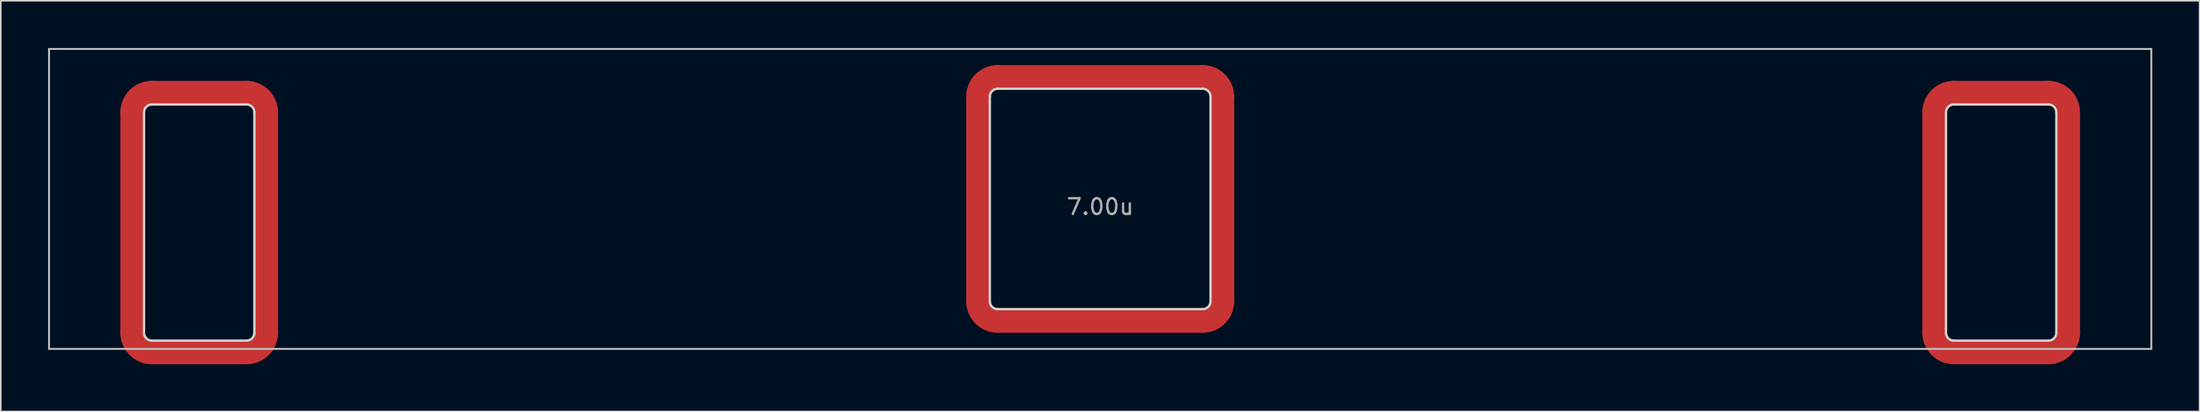
<source format=kicad_pcb>
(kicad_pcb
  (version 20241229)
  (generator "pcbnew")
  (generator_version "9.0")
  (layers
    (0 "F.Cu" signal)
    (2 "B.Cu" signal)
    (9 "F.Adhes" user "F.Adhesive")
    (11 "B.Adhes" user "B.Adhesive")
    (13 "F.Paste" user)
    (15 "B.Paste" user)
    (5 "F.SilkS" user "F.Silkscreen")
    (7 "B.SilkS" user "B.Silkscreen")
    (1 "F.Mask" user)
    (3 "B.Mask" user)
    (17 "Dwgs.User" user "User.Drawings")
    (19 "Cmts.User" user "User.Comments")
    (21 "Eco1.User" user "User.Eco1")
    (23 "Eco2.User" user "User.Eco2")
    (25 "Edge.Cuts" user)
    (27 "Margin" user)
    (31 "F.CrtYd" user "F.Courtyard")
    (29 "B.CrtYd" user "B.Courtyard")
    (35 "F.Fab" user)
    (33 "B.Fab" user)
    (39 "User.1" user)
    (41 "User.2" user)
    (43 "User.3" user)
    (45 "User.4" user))
  (footprint "7.00u"
    (layer "F.Cu")
    (at 66.735 9.585)
    (property "Reference" "7.00u" (at 0 0.5 0) (layer "F.Fab") (effects (font (size 1 1) (thickness 0.15))))
    (attr through_hole)
    (fp_line (start -61.4 8.5) (end -61.4 -5.5) (stroke (width 1.5) (type solid)) (layer "F.Cu"))
    (fp_line (start -60.15 -6.75) (end -54.15 -6.75) (stroke (width 1.5) (type solid)) (layer "F.Cu"))
    (fp_line (start -54.15 9.75) (end -60.15 9.75) (stroke (width 1.5) (type solid)) (layer "F.Cu"))
    (fp_line (start -52.9 -5.5) (end -52.9 8.5) (stroke (width 1.5) (type solid)) (layer "F.Cu"))
    (fp_line (start -7.75 6.5) (end -7.75 -6.5) (stroke (width 1.5) (type solid)) (layer "F.Cu"))
    (fp_line (start -6.5 -7.75) (end 6.5 -7.75) (stroke (width 1.5) (type solid)) (layer "F.Cu"))
    (fp_line (start 6.5 7.75) (end -6.5 7.75) (stroke (width 1.5) (type solid)) (layer "F.Cu"))
    (fp_line (start 7.75 -6.5) (end 7.75 6.5) (stroke (width 1.5) (type solid)) (layer "F.Cu"))
    (fp_line (start 52.9 8.5) (end 52.9 -5.5) (stroke (width 1.5) (type solid)) (layer "F.Cu"))
    (fp_line (start 54.15 -6.75) (end 60.15 -6.75) (stroke (width 1.5) (type solid)) (layer "F.Cu"))
    (fp_line (start 60.15 9.75) (end 54.15 9.75) (stroke (width 1.5) (type solid)) (layer "F.Cu"))
    (fp_line (start 61.4 -5.5) (end 61.4 8.5) (stroke (width 1.5) (type solid)) (layer "F.Cu"))
    (fp_arc (start -61.400002 -5.499999) (mid -61.033885 -6.383883) (end -60.150001 -6.75) (stroke (width 1.5) (type solid)) (layer "F.Cu"))
    (fp_arc (start -60.150001 9.749999) (mid -61.033884 9.383882) (end -61.400001 8.499999) (stroke (width 1.5) (type solid)) (layer "F.Cu"))
    (fp_arc (start -54.150001 -6.75) (mid -53.266118 -6.383883) (end -52.900001 -5.5) (stroke (width 1.5) (type solid)) (layer "F.Cu"))
    (fp_arc (start -52.900001 8.499999) (mid -53.266117 9.383883) (end -54.15 9.75) (stroke (width 1.5) (type solid)) (layer "F.Cu"))
    (fp_arc (start -7.750001 -6.5) (mid -7.383884 -7.383883) (end -6.500001 -7.75) (stroke (width 1.5) (type solid)) (layer "F.Cu"))
    (fp_arc (start -6.500001 7.75) (mid -7.383884 7.383883) (end -7.750001 6.5) (stroke (width 1.5) (type solid)) (layer "F.Cu"))
    (fp_arc (start 6.499998 -7.75) (mid 7.383881 -7.383883) (end 7.749998 -6.5) (stroke (width 1.5) (type solid)) (layer "F.Cu"))
    (fp_arc (start 7.749997 6.5) (mid 7.383881 7.383883) (end 6.499998 7.749999) (stroke (width 1.5) (type solid)) (layer "F.Cu"))
    (fp_arc (start 52.899998 -5.499999) (mid 53.266115 -6.383883) (end 54.149999 -6.75) (stroke (width 1.5) (type solid)) (layer "F.Cu"))
    (fp_arc (start 54.149999 9.749999) (mid 53.266116 9.383882) (end 52.899999 8.499999) (stroke (width 1.5) (type solid)) (layer "F.Cu"))
    (fp_arc (start 60.149999 -6.75) (mid 61.033882 -6.383883) (end 61.399999 -5.5) (stroke (width 1.5) (type solid)) (layer "F.Cu"))
    (fp_arc (start 61.399999 8.499999) (mid 61.033883 9.383883) (end 60.15 9.75) (stroke (width 1.5) (type solid)) (layer "F.Cu"))
    (fp_line (start -61.4 8.5) (end -61.4 -5.5) (stroke (width 1.5) (type solid)) (layer "F.Mask"))
    (fp_line (start -60.15 -6.75) (end -54.15 -6.75) (stroke (width 1.5) (type solid)) (layer "F.Mask"))
    (fp_line (start -54.15 9.75) (end -60.15 9.75) (stroke (width 1.5) (type solid)) (layer "F.Mask"))
    (fp_line (start -52.9 -5.5) (end -52.9 8.5) (stroke (width 1.5) (type solid)) (layer "F.Mask"))
    (fp_line (start -7.75 6.5) (end -7.75 -6.5) (stroke (width 1.5) (type solid)) (layer "F.Mask"))
    (fp_line (start -6.5 -7.75) (end 6.5 -7.75) (stroke (width 1.5) (type solid)) (layer "F.Mask"))
    (fp_line (start 6.5 7.75) (end -6.5 7.75) (stroke (width 1.5) (type solid)) (layer "F.Mask"))
    (fp_line (start 7.75 -6.5) (end 7.75 6.5) (stroke (width 1.5) (type solid)) (layer "F.Mask"))
    (fp_line (start 52.9 8.5) (end 52.9 -5.5) (stroke (width 1.5) (type solid)) (layer "F.Mask"))
    (fp_line (start 54.15 -6.75) (end 60.15 -6.75) (stroke (width 1.5) (type solid)) (layer "F.Mask"))
    (fp_line (start 60.15 9.75) (end 54.15 9.75) (stroke (width 1.5) (type solid)) (layer "F.Mask"))
    (fp_line (start 61.4 -5.5) (end 61.4 8.5) (stroke (width 1.5) (type solid)) (layer "F.Mask"))
    (fp_arc (start -61.400002 -5.499999) (mid -61.033885 -6.383883) (end -60.150001 -6.75) (stroke (width 1.5) (type solid)) (layer "F.Mask"))
    (fp_arc (start -60.150001 9.749999) (mid -61.033884 9.383882) (end -61.400001 8.499999) (stroke (width 1.5) (type solid)) (layer "F.Mask"))
    (fp_arc (start -54.150001 -6.75) (mid -53.266118 -6.383883) (end -52.900001 -5.5) (stroke (width 1.5) (type solid)) (layer "F.Mask"))
    (fp_arc (start -52.900001 8.499999) (mid -53.266117 9.383883) (end -54.15 9.75) (stroke (width 1.5) (type solid)) (layer "F.Mask"))
    (fp_arc (start -7.750001 -6.5) (mid -7.383884 -7.383883) (end -6.500001 -7.75) (stroke (width 1.5) (type solid)) (layer "F.Mask"))
    (fp_arc (start -6.500001 7.75) (mid -7.383884 7.383883) (end -7.750001 6.5) (stroke (width 1.5) (type solid)) (layer "F.Mask"))
    (fp_arc (start 6.499998 -7.75) (mid 7.383881 -7.383883) (end 7.749998 -6.5) (stroke (width 1.5) (type solid)) (layer "F.Mask"))
    (fp_arc (start 7.749997 6.5) (mid 7.383881 7.383883) (end 6.499998 7.749999) (stroke (width 1.5) (type solid)) (layer "F.Mask"))
    (fp_arc (start 52.899998 -5.499999) (mid 53.266115 -6.383883) (end 54.149999 -6.75) (stroke (width 1.5) (type solid)) (layer "F.Mask"))
    (fp_arc (start 54.149999 9.749999) (mid 53.266116 9.383882) (end 52.899999 8.499999) (stroke (width 1.5) (type solid)) (layer "F.Mask"))
    (fp_arc (start 60.149999 -6.75) (mid 61.033882 -6.383883) (end 61.399999 -5.5) (stroke (width 1.5) (type solid)) (layer "F.Mask"))
    (fp_arc (start 61.399999 8.499999) (mid 61.033883 9.383883) (end 60.15 9.75) (stroke (width 1.5) (type solid)) (layer "F.Mask"))
    (fp_line (start -66.675 -9.525) (end -66.675 9.525) (stroke (width 0.12) (type solid)) (layer "Dwgs.User"))
    (fp_line (start -66.675 -9.525) (end 66.675 -9.525) (stroke (width 0.12) (type solid)) (layer "Dwgs.User"))
    (fp_line (start -66.675 9.525) (end 66.675 9.525) (stroke (width 0.12) (type solid)) (layer "Dwgs.User"))
    (fp_line (start 66.675 -9.525) (end 66.675 9.525) (stroke (width 0.12) (type solid)) (layer "Dwgs.User"))
    (fp_line (start -60.65 8.5) (end -60.65 -5.5) (stroke (width 0.15) (type solid)) (layer "Edge.Cuts"))
    (fp_line (start -60.15 -6) (end -54.15 -6) (stroke (width 0.15) (type solid)) (layer "Edge.Cuts"))
    (fp_line (start -54.15 9) (end -60.15 9) (stroke (width 0.15) (type solid)) (layer "Edge.Cuts"))
    (fp_line (start -53.65 -5.5) (end -53.65 8.5) (stroke (width 0.15) (type solid)) (layer "Edge.Cuts"))
    (fp_line (start -7 6.5) (end -7 -6.5) (stroke (width 0.15) (type solid)) (layer "Edge.Cuts"))
    (fp_line (start -6.5 -7) (end 6.5 -7) (stroke (width 0.15) (type solid)) (layer "Edge.Cuts"))
    (fp_line (start 6.5 7) (end -6.5 7) (stroke (width 0.15) (type solid)) (layer "Edge.Cuts"))
    (fp_line (start 7 -6.5) (end 7 6.5) (stroke (width 0.15) (type solid)) (layer "Edge.Cuts"))
    (fp_line (start 53.65 8.5) (end 53.65 -5.5) (stroke (width 0.15) (type solid)) (layer "Edge.Cuts"))
    (fp_line (start 54.15 -6) (end 60.15 -6) (stroke (width 0.15) (type solid)) (layer "Edge.Cuts"))
    (fp_line (start 60.15 9) (end 54.15 9) (stroke (width 0.15) (type solid)) (layer "Edge.Cuts"))
    (fp_line (start 60.65 8.5) (end 60.65 -5.5) (stroke (width 0.15) (type solid)) (layer "Edge.Cuts"))
    (fp_arc (start -60.650002 -5.499999) (mid -60.503555 -5.853553) (end -60.150001 -6) (stroke (width 0.15) (type solid)) (layer "Edge.Cuts"))
    (fp_arc (start -60.150001 8.999999) (mid -60.503554 8.853552) (end -60.650001 8.499999) (stroke (width 0.15) (type solid)) (layer "Edge.Cuts"))
    (fp_arc (start -54.150001 -6) (mid -53.796448 -5.853553) (end -53.650001 -5.5) (stroke (width 0.15) (type solid)) (layer "Edge.Cuts"))
    (fp_arc (start -53.65 8.499998) (mid -53.796446 8.853552) (end -54.15 9) (stroke (width 0.15) (type solid)) (layer "Edge.Cuts"))
    (fp_arc (start -7.000001 -6.5) (mid -6.853554 -6.853553) (end -6.500001 -7) (stroke (width 0.15) (type solid)) (layer "Edge.Cuts"))
    (fp_arc (start -6.500001 7) (mid -6.853554 6.853553) (end -7.000001 6.5) (stroke (width 0.15) (type solid)) (layer "Edge.Cuts"))
    (fp_arc (start 6.499998 -7) (mid 6.853551 -6.853553) (end 6.999998 -6.5) (stroke (width 0.15) (type solid)) (layer "Edge.Cuts"))
    (fp_arc (start 6.999997 6.5) (mid 6.853551 6.853553) (end 6.499998 6.999999) (stroke (width 0.15) (type solid)) (layer "Edge.Cuts"))
    (fp_arc (start 53.649998 -5.499999) (mid 53.796445 -5.853553) (end 54.149999 -6) (stroke (width 0.15) (type solid)) (layer "Edge.Cuts"))
    (fp_arc (start 54.149999 8.999999) (mid 53.796446 8.853552) (end 53.649999 8.499999) (stroke (width 0.15) (type solid)) (layer "Edge.Cuts"))
    (fp_arc (start 60.149999 -6) (mid 60.503552 -5.853553) (end 60.649999 -5.5) (stroke (width 0.15) (type solid)) (layer "Edge.Cuts"))
    (fp_arc (start 60.65 8.499999) (mid 60.503553 8.853553) (end 60.149999 9) (stroke (width 0.15) (type solid)) (layer "Edge.Cuts")))
  (gr_rect
    (start -3 -3)
    (end 136.47 23.085)
    (stroke (width 0.1) (type default))
    (fill no)
    (layer "Edge.Cuts")))
</source>
